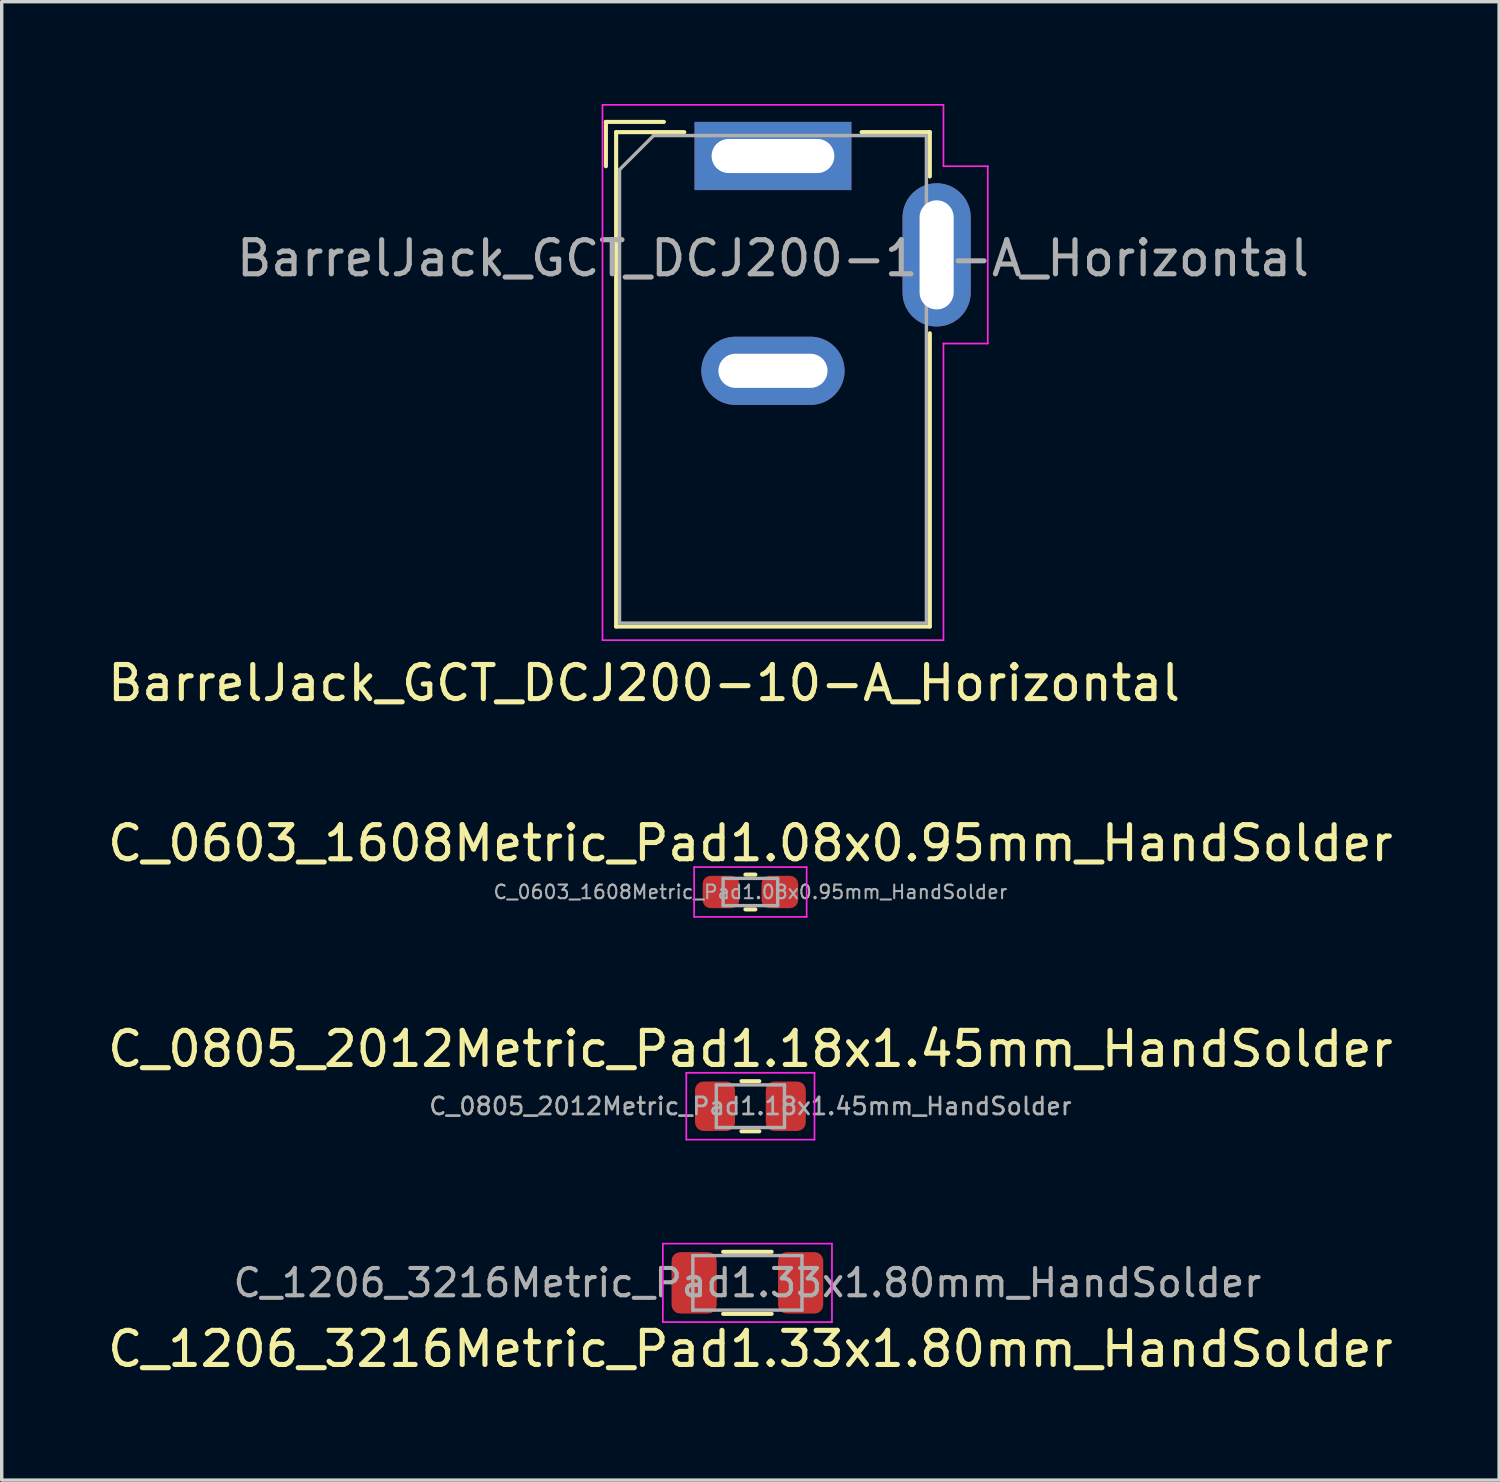
<source format=kicad_pcb>
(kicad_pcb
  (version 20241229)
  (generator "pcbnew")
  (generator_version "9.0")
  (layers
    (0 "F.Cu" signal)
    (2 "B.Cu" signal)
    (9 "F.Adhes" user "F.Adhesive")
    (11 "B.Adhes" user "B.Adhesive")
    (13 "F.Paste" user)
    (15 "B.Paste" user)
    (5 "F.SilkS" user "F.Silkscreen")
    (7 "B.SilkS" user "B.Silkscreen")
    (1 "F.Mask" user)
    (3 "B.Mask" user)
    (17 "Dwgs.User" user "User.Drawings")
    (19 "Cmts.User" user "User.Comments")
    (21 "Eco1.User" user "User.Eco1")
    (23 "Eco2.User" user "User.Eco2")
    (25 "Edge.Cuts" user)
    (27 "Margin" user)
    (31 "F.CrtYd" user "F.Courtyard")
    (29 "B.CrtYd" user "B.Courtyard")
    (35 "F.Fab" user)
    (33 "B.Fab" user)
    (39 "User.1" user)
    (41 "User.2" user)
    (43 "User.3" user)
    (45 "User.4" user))
  (footprint "BarrelJack_GCT_DCJ200-10-A_Horizontal"
    (layer "F.Cu")
    (at 19.62 1.525)
    (property "Reference" "BarrelJack_GCT_DCJ200-10-A_Horizontal" (at -3.78 15.459 0) (layer "F.SilkS") (effects (font (size 1 1) (thickness 0.15))))
    (attr through_hole)
    (fp_line (start -4.9 -1) (end -4.9 0.3) (stroke (width 0.12) (type solid)) (layer "F.SilkS"))
    (fp_line (start -4.6 -0.7) (end -2.6 -0.7) (stroke (width 0.12) (type solid)) (layer "F.SilkS"))
    (fp_line (start -4.6 13.8) (end -4.6 -0.7) (stroke (width 0.12) (type solid)) (layer "F.SilkS"))
    (fp_line (start -3.2 -1) (end -4.9 -1) (stroke (width 0.12) (type solid)) (layer "F.SilkS"))
    (fp_line (start 2.6 -0.7) (end 4.6 -0.7) (stroke (width 0.12) (type solid)) (layer "F.SilkS"))
    (fp_line (start 4.6 -0.7) (end 4.6 0.6) (stroke (width 0.12) (type solid)) (layer "F.SilkS"))
    (fp_line (start 4.6 5.2) (end 4.6 13.8) (stroke (width 0.12) (type solid)) (layer "F.SilkS"))
    (fp_line (start 4.6 13.8) (end -4.6 13.8) (stroke (width 0.12) (type solid)) (layer "F.SilkS"))
    (fp_line (start -5 -1.5) (end -5 14.2) (stroke (width 0.05) (type solid)) (layer "F.CrtYd"))
    (fp_line (start -5 14.2) (end 5 14.2) (stroke (width 0.05) (type solid)) (layer "F.CrtYd"))
    (fp_line (start 5 -1.5) (end -5 -1.5) (stroke (width 0.05) (type solid)) (layer "F.CrtYd"))
    (fp_line (start 5 0.3) (end 5 -1.5) (stroke (width 0.05) (type solid)) (layer "F.CrtYd"))
    (fp_line (start 5 14.2) (end 5 5.5) (stroke (width 0.05) (type solid)) (layer "F.CrtYd"))
    (fp_line (start 6.3 0.3) (end 5 0.3) (stroke (width 0.05) (type solid)) (layer "F.CrtYd"))
    (fp_line (start 6.3 0.3) (end 6.3 5.5) (stroke (width 0.05) (type solid)) (layer "F.CrtYd"))
    (fp_line (start 6.3 5.5) (end 5 5.5) (stroke (width 0.05) (type solid)) (layer "F.CrtYd"))
    (fp_line (start -4.5 0.4) (end -3.5 -0.6) (stroke (width 0.1) (type solid)) (layer "F.Fab"))
    (fp_line (start -4.5 13.7) (end -4.5 0.4) (stroke (width 0.1) (type solid)) (layer "F.Fab"))
    (fp_line (start 4.5 -0.6) (end -3.5 -0.6) (stroke (width 0.1) (type solid)) (layer "F.Fab"))
    (fp_line (start 4.5 -0.6) (end 4.5 13.7) (stroke (width 0.1) (type solid)) (layer "F.Fab"))
    (fp_line (start 4.5 13.7) (end -4.5 13.7) (stroke (width 0.1) (type solid)) (layer "F.Fab"))
    (fp_text user "${REFERENCE}" (at 0 3 180) (layer "F.Fab") (effects (font (size 1 1) (thickness 0.15))))
    (pad "1" thru_hole rect (at 0 0) (size 4.6 2) (drill oval 3.6 1) (layers "*.Cu" "*.Mask"))
    (pad "2" thru_hole oval (at 0 6.3) (size 4.2 2) (drill oval 3.2 1) (layers "*.Cu" "*.Mask"))
    (pad "3" thru_hole oval (at 4.8 2.9) (size 2 4.2) (drill oval 1 3.2) (layers "*.Cu" "*.Mask")))
  (footprint "C_1206_3216Metric_Pad1.33x1.80mm_HandSolder"
    (layer "F.Cu")
    (at 18.87 34.574)
    (property "Reference" "C_1206_3216Metric_Pad1.33x1.80mm_HandSolder" (at 0.088 1.938 0) (layer "F.SilkS") (effects (font (size 1 1) (thickness 0.15))))
    (attr smd)
    (fp_line (start -0.711 -0.91) (end 0.711 -0.91) (stroke (width 0.12) (type solid)) (layer "F.SilkS"))
    (fp_line (start -0.711 0.91) (end 0.711 0.91) (stroke (width 0.12) (type solid)) (layer "F.SilkS"))
    (fp_line (start -2.48 -1.15) (end 2.48 -1.15) (stroke (width 0.05) (type solid)) (layer "F.CrtYd"))
    (fp_line (start -2.48 1.15) (end -2.48 -1.15) (stroke (width 0.05) (type solid)) (layer "F.CrtYd"))
    (fp_line (start 2.48 -1.15) (end 2.48 1.15) (stroke (width 0.05) (type solid)) (layer "F.CrtYd"))
    (fp_line (start 2.48 1.15) (end -2.48 1.15) (stroke (width 0.05) (type solid)) (layer "F.CrtYd"))
    (fp_line (start -1.6 -0.8) (end 1.6 -0.8) (stroke (width 0.1) (type solid)) (layer "F.Fab"))
    (fp_line (start -1.6 0.8) (end -1.6 -0.8) (stroke (width 0.1) (type solid)) (layer "F.Fab"))
    (fp_line (start 1.6 -0.8) (end 1.6 0.8) (stroke (width 0.1) (type solid)) (layer "F.Fab"))
    (fp_line (start 1.6 0.8) (end -1.6 0.8) (stroke (width 0.1) (type solid)) (layer "F.Fab"))
    (fp_text user "${REFERENCE}" (at 0 0 0) (layer "F.Fab") (effects (font (size 0.8 0.8) (thickness 0.12))))
    (pad "1" smd roundrect (at -1.562 0) (size 1.325 1.8) (layers "F.Cu" "F.Mask" "F.Paste") (roundrect_rratio 0.189))
    (pad "2" smd roundrect (at 1.562 0) (size 1.325 1.8) (layers "F.Cu" "F.Mask" "F.Paste") (roundrect_rratio 0.189)))
  (footprint "C_0603_1608Metric_Pad1.08x0.95mm_HandSolder"
    (layer "F.Cu")
    (at 18.958 23.111)
    (property "Reference" "C_0603_1608Metric_Pad1.08x0.95mm_HandSolder" (at 0 -1.43 180) (layer "F.SilkS") (effects (font (size 1 1) (thickness 0.15))))
    (attr smd)
    (fp_line (start -0.146 -0.51) (end 0.146 -0.51) (stroke (width 0.12) (type solid)) (layer "F.SilkS"))
    (fp_line (start -0.146 0.51) (end 0.146 0.51) (stroke (width 0.12) (type solid)) (layer "F.SilkS"))
    (fp_line (start -1.65 -0.73) (end 1.65 -0.73) (stroke (width 0.05) (type solid)) (layer "F.CrtYd"))
    (fp_line (start -1.65 0.73) (end -1.65 -0.73) (stroke (width 0.05) (type solid)) (layer "F.CrtYd"))
    (fp_line (start 1.65 -0.73) (end 1.65 0.73) (stroke (width 0.05) (type solid)) (layer "F.CrtYd"))
    (fp_line (start 1.65 0.73) (end -1.65 0.73) (stroke (width 0.05) (type solid)) (layer "F.CrtYd"))
    (fp_line (start -0.8 -0.4) (end 0.8 -0.4) (stroke (width 0.1) (type solid)) (layer "F.Fab"))
    (fp_line (start -0.8 0.4) (end -0.8 -0.4) (stroke (width 0.1) (type solid)) (layer "F.Fab"))
    (fp_line (start 0.8 -0.4) (end 0.8 0.4) (stroke (width 0.1) (type solid)) (layer "F.Fab"))
    (fp_line (start 0.8 0.4) (end -0.8 0.4) (stroke (width 0.1) (type solid)) (layer "F.Fab"))
    (fp_text user "${REFERENCE}" (at 0 0 180) (layer "F.Fab") (effects (font (size 0.4 0.4) (thickness 0.06))))
    (pad "1" smd roundrect (at -0.863 0) (size 1.075 0.95) (layers "F.Cu" "F.Mask" "F.Paste") (roundrect_rratio 0.25))
    (pad "2" smd roundrect (at 0.863 0) (size 1.075 0.95) (layers "F.Cu" "F.Mask" "F.Paste") (roundrect_rratio 0.25)))
  (footprint "C_0805_2012Metric_Pad1.18x1.45mm_HandSolder"
    (layer "F.Cu")
    (at 18.958 29.394)
    (property "Reference" "C_0805_2012Metric_Pad1.18x1.45mm_HandSolder" (at 0 -1.68 0) (layer "F.SilkS") (effects (font (size 1 1) (thickness 0.15))))
    (attr smd)
    (fp_line (start -0.261 -0.735) (end 0.261 -0.735) (stroke (width 0.12) (type solid)) (layer "F.SilkS"))
    (fp_line (start -0.261 0.735) (end 0.261 0.735) (stroke (width 0.12) (type solid)) (layer "F.SilkS"))
    (fp_line (start -1.88 -0.98) (end 1.88 -0.98) (stroke (width 0.05) (type solid)) (layer "F.CrtYd"))
    (fp_line (start -1.88 0.98) (end -1.88 -0.98) (stroke (width 0.05) (type solid)) (layer "F.CrtYd"))
    (fp_line (start 1.88 -0.98) (end 1.88 0.98) (stroke (width 0.05) (type solid)) (layer "F.CrtYd"))
    (fp_line (start 1.88 0.98) (end -1.88 0.98) (stroke (width 0.05) (type solid)) (layer "F.CrtYd"))
    (fp_line (start -1 -0.625) (end 1 -0.625) (stroke (width 0.1) (type solid)) (layer "F.Fab"))
    (fp_line (start -1 0.625) (end -1 -0.625) (stroke (width 0.1) (type solid)) (layer "F.Fab"))
    (fp_line (start 1 -0.625) (end 1 0.625) (stroke (width 0.1) (type solid)) (layer "F.Fab"))
    (fp_line (start 1 0.625) (end -1 0.625) (stroke (width 0.1) (type solid)) (layer "F.Fab"))
    (fp_text user "${REFERENCE}" (at 0 0 0) (layer "F.Fab") (effects (font (size 0.5 0.5) (thickness 0.08))))
    (pad "1" smd roundrect (at -1.038 0) (size 1.175 1.45) (layers "F.Cu" "F.Mask" "F.Paste") (roundrect_rratio 0.213))
    (pad "2" smd roundrect (at 1.038 0) (size 1.175 1.45) (layers "F.Cu" "F.Mask" "F.Paste") (roundrect_rratio 0.213)))
  (gr_rect
    (start -3 -3)
    (end 40.917 40.36)
    (stroke (width 0.1) (type default))
    (fill no)
    (layer "Edge.Cuts")))
</source>
